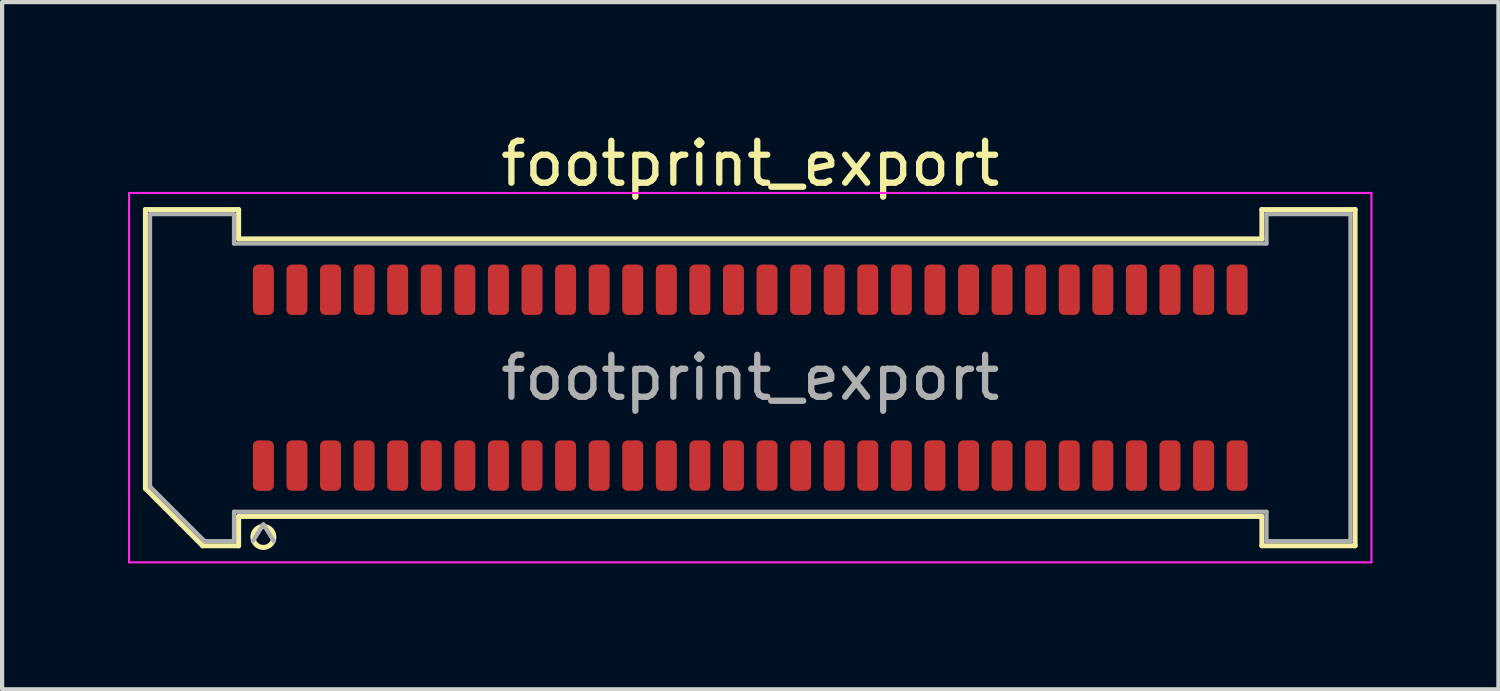
<source format=kicad_pcb>
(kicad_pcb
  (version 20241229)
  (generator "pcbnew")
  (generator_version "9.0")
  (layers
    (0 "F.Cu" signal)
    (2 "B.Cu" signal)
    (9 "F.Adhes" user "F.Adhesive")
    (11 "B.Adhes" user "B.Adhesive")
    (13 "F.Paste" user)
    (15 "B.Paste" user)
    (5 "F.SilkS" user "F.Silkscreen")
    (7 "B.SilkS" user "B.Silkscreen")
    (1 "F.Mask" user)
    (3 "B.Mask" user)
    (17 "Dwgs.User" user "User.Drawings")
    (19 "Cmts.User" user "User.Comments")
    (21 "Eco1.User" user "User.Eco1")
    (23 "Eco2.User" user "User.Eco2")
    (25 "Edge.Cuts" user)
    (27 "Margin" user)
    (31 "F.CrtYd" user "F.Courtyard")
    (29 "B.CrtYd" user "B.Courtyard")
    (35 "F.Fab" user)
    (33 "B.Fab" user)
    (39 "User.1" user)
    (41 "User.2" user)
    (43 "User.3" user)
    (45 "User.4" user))
  (footprint "footprint_export"
    (layer "F.Cu")
    (at 14.825 5.948)
    (property "Reference" "footprint_export" (at 0 -5.1 0) (layer "F.SilkS") (effects (font (size 1 1) (thickness 0.15))))
    (attr smd)
    (fp_line (start -14.41 -4.005) (end -12.19 -4.005) (stroke (width 0.12) (type solid)) (layer "F.SilkS"))
    (fp_line (start -14.41 2.641) (end -14.41 -4.005) (stroke (width 0.12) (type solid)) (layer "F.SilkS"))
    (fp_line (start -13.046 4.005) (end -14.41 2.641) (stroke (width 0.12) (type solid)) (layer "F.SilkS"))
    (fp_line (start -12.19 -4.005) (end -12.19 -3.305) (stroke (width 0.12) (type solid)) (layer "F.SilkS"))
    (fp_line (start -12.19 -3.305) (end 12.19 -3.305) (stroke (width 0.12) (type solid)) (layer "F.SilkS"))
    (fp_line (start -12.19 3.305) (end -12.19 4.005) (stroke (width 0.12) (type solid)) (layer "F.SilkS"))
    (fp_line (start -12.19 4.005) (end -13.046 4.005) (stroke (width 0.12) (type solid)) (layer "F.SilkS"))
    (fp_line (start 12.19 -4.005) (end 14.41 -4.005) (stroke (width 0.12) (type solid)) (layer "F.SilkS"))
    (fp_line (start 12.19 -3.305) (end 12.19 -4.005) (stroke (width 0.12) (type solid)) (layer "F.SilkS"))
    (fp_line (start 12.19 3.305) (end -12.19 3.305) (stroke (width 0.12) (type solid)) (layer "F.SilkS"))
    (fp_line (start 12.19 4.005) (end 12.19 3.305) (stroke (width 0.12) (type solid)) (layer "F.SilkS"))
    (fp_line (start 14.41 -4.005) (end 14.41 4.005) (stroke (width 0.12) (type solid)) (layer "F.SilkS"))
    (fp_line (start 14.41 4.005) (end 12.19 4.005) (stroke (width 0.12) (type solid)) (layer "F.SilkS"))
    (fp_arc (start -11.35 3.795) (mid -11.85 3.795) (end -11.35 3.795) (stroke (width 0.12) (type solid)) (layer "F.SilkS"))
    (fp_line (start -14.8 -4.4) (end -14.8 4.4) (stroke (width 0.05) (type solid)) (layer "F.CrtYd"))
    (fp_line (start -14.8 4.4) (end 14.8 4.4) (stroke (width 0.05) (type solid)) (layer "F.CrtYd"))
    (fp_line (start 14.8 -4.4) (end -14.8 -4.4) (stroke (width 0.05) (type solid)) (layer "F.CrtYd"))
    (fp_line (start 14.8 4.4) (end 14.8 -4.4) (stroke (width 0.05) (type solid)) (layer "F.CrtYd"))
    (fp_line (start -14.3 -3.895) (end -12.3 -3.895) (stroke (width 0.1) (type solid)) (layer "F.Fab"))
    (fp_line (start -14.3 2.595) (end -14.3 -3.895) (stroke (width 0.1) (type solid)) (layer "F.Fab"))
    (fp_line (start -13 3.895) (end -14.3 2.595) (stroke (width 0.1) (type solid)) (layer "F.Fab"))
    (fp_line (start -12.3 -3.895) (end -12.3 -3.195) (stroke (width 0.1) (type solid)) (layer "F.Fab"))
    (fp_line (start -12.3 -3.195) (end 12.3 -3.195) (stroke (width 0.1) (type solid)) (layer "F.Fab"))
    (fp_line (start -12.3 3.195) (end -12.3 3.895) (stroke (width 0.1) (type solid)) (layer "F.Fab"))
    (fp_line (start -12.3 3.895) (end -13 3.895) (stroke (width 0.1) (type solid)) (layer "F.Fab"))
    (fp_line (start -11.6 3.495) (end -11.85 3.895) (stroke (width 0.1) (type solid)) (layer "F.Fab"))
    (fp_line (start -11.6 3.495) (end -11.35 3.895) (stroke (width 0.1) (type solid)) (layer "F.Fab"))
    (fp_line (start 12.3 -3.895) (end 14.3 -3.895) (stroke (width 0.1) (type solid)) (layer "F.Fab"))
    (fp_line (start 12.3 -3.195) (end 12.3 -3.895) (stroke (width 0.1) (type solid)) (layer "F.Fab"))
    (fp_line (start 12.3 3.195) (end -12.3 3.195) (stroke (width 0.1) (type solid)) (layer "F.Fab"))
    (fp_line (start 12.3 3.895) (end 12.3 3.195) (stroke (width 0.1) (type solid)) (layer "F.Fab"))
    (fp_line (start 14.3 -3.895) (end 14.3 3.895) (stroke (width 0.1) (type solid)) (layer "F.Fab"))
    (fp_line (start 14.3 3.895) (end 12.3 3.895) (stroke (width 0.1) (type solid)) (layer "F.Fab"))
    (fp_text user "${REFERENCE}" (at 0 0 0) (layer "F.Fab") (effects (font (size 1 1) (thickness 0.15))))
    (pad "1" smd roundrect (at -11.6 2.095) (size 0.5 1.2) (layers "F.Cu" "F.Mask" "F.Paste") (roundrect_rratio 0.25))
    (pad "2" smd roundrect (at -11.6 -2.095) (size 0.5 1.2) (layers "F.Cu" "F.Mask" "F.Paste") (roundrect_rratio 0.25))
    (pad "3" smd roundrect (at -10.8 2.095) (size 0.5 1.2) (layers "F.Cu" "F.Mask" "F.Paste") (roundrect_rratio 0.25))
    (pad "4" smd roundrect (at -10.8 -2.095) (size 0.5 1.2) (layers "F.Cu" "F.Mask" "F.Paste") (roundrect_rratio 0.25))
    (pad "5" smd roundrect (at -10 2.095) (size 0.5 1.2) (layers "F.Cu" "F.Mask" "F.Paste") (roundrect_rratio 0.25))
    (pad "6" smd roundrect (at -10 -2.095) (size 0.5 1.2) (layers "F.Cu" "F.Mask" "F.Paste") (roundrect_rratio 0.25))
    (pad "7" smd roundrect (at -9.2 2.095) (size 0.5 1.2) (layers "F.Cu" "F.Mask" "F.Paste") (roundrect_rratio 0.25))
    (pad "8" smd roundrect (at -9.2 -2.095) (size 0.5 1.2) (layers "F.Cu" "F.Mask" "F.Paste") (roundrect_rratio 0.25))
    (pad "9" smd roundrect (at -8.4 2.095) (size 0.5 1.2) (layers "F.Cu" "F.Mask" "F.Paste") (roundrect_rratio 0.25))
    (pad "10" smd roundrect (at -8.4 -2.095) (size 0.5 1.2) (layers "F.Cu" "F.Mask" "F.Paste") (roundrect_rratio 0.25))
    (pad "11" smd roundrect (at -7.6 2.095) (size 0.5 1.2) (layers "F.Cu" "F.Mask" "F.Paste") (roundrect_rratio 0.25))
    (pad "12" smd roundrect (at -7.6 -2.095) (size 0.5 1.2) (layers "F.Cu" "F.Mask" "F.Paste") (roundrect_rratio 0.25))
    (pad "13" smd roundrect (at -6.8 2.095) (size 0.5 1.2) (layers "F.Cu" "F.Mask" "F.Paste") (roundrect_rratio 0.25))
    (pad "14" smd roundrect (at -6.8 -2.095) (size 0.5 1.2) (layers "F.Cu" "F.Mask" "F.Paste") (roundrect_rratio 0.25))
    (pad "15" smd roundrect (at -6 2.095) (size 0.5 1.2) (layers "F.Cu" "F.Mask" "F.Paste") (roundrect_rratio 0.25))
    (pad "16" smd roundrect (at -6 -2.095) (size 0.5 1.2) (layers "F.Cu" "F.Mask" "F.Paste") (roundrect_rratio 0.25))
    (pad "17" smd roundrect (at -5.2 2.095) (size 0.5 1.2) (layers "F.Cu" "F.Mask" "F.Paste") (roundrect_rratio 0.25))
    (pad "18" smd roundrect (at -5.2 -2.095) (size 0.5 1.2) (layers "F.Cu" "F.Mask" "F.Paste") (roundrect_rratio 0.25))
    (pad "19" smd roundrect (at -4.4 2.095) (size 0.5 1.2) (layers "F.Cu" "F.Mask" "F.Paste") (roundrect_rratio 0.25))
    (pad "20" smd roundrect (at -4.4 -2.095) (size 0.5 1.2) (layers "F.Cu" "F.Mask" "F.Paste") (roundrect_rratio 0.25))
    (pad "21" smd roundrect (at -3.6 2.095) (size 0.5 1.2) (layers "F.Cu" "F.Mask" "F.Paste") (roundrect_rratio 0.25))
    (pad "22" smd roundrect (at -3.6 -2.095) (size 0.5 1.2) (layers "F.Cu" "F.Mask" "F.Paste") (roundrect_rratio 0.25))
    (pad "23" smd roundrect (at -2.8 2.095) (size 0.5 1.2) (layers "F.Cu" "F.Mask" "F.Paste") (roundrect_rratio 0.25))
    (pad "24" smd roundrect (at -2.8 -2.095) (size 0.5 1.2) (layers "F.Cu" "F.Mask" "F.Paste") (roundrect_rratio 0.25))
    (pad "25" smd roundrect (at -2 2.095) (size 0.5 1.2) (layers "F.Cu" "F.Mask" "F.Paste") (roundrect_rratio 0.25))
    (pad "26" smd roundrect (at -2 -2.095) (size 0.5 1.2) (layers "F.Cu" "F.Mask" "F.Paste") (roundrect_rratio 0.25))
    (pad "27" smd roundrect (at -1.2 2.095) (size 0.5 1.2) (layers "F.Cu" "F.Mask" "F.Paste") (roundrect_rratio 0.25))
    (pad "28" smd roundrect (at -1.2 -2.095) (size 0.5 1.2) (layers "F.Cu" "F.Mask" "F.Paste") (roundrect_rratio 0.25))
    (pad "29" smd roundrect (at -0.4 2.095) (size 0.5 1.2) (layers "F.Cu" "F.Mask" "F.Paste") (roundrect_rratio 0.25))
    (pad "30" smd roundrect (at -0.4 -2.095) (size 0.5 1.2) (layers "F.Cu" "F.Mask" "F.Paste") (roundrect_rratio 0.25))
    (pad "31" smd roundrect (at 0.4 2.095) (size 0.5 1.2) (layers "F.Cu" "F.Mask" "F.Paste") (roundrect_rratio 0.25))
    (pad "32" smd roundrect (at 0.4 -2.095) (size 0.5 1.2) (layers "F.Cu" "F.Mask" "F.Paste") (roundrect_rratio 0.25))
    (pad "33" smd roundrect (at 1.2 2.095) (size 0.5 1.2) (layers "F.Cu" "F.Mask" "F.Paste") (roundrect_rratio 0.25))
    (pad "34" smd roundrect (at 1.2 -2.095) (size 0.5 1.2) (layers "F.Cu" "F.Mask" "F.Paste") (roundrect_rratio 0.25))
    (pad "35" smd roundrect (at 2 2.095) (size 0.5 1.2) (layers "F.Cu" "F.Mask" "F.Paste") (roundrect_rratio 0.25))
    (pad "36" smd roundrect (at 2 -2.095) (size 0.5 1.2) (layers "F.Cu" "F.Mask" "F.Paste") (roundrect_rratio 0.25))
    (pad "37" smd roundrect (at 2.8 2.095) (size 0.5 1.2) (layers "F.Cu" "F.Mask" "F.Paste") (roundrect_rratio 0.25))
    (pad "38" smd roundrect (at 2.8 -2.095) (size 0.5 1.2) (layers "F.Cu" "F.Mask" "F.Paste") (roundrect_rratio 0.25))
    (pad "39" smd roundrect (at 3.6 2.095) (size 0.5 1.2) (layers "F.Cu" "F.Mask" "F.Paste") (roundrect_rratio 0.25))
    (pad "40" smd roundrect (at 3.6 -2.095) (size 0.5 1.2) (layers "F.Cu" "F.Mask" "F.Paste") (roundrect_rratio 0.25))
    (pad "41" smd roundrect (at 4.4 2.095) (size 0.5 1.2) (layers "F.Cu" "F.Mask" "F.Paste") (roundrect_rratio 0.25))
    (pad "42" smd roundrect (at 4.4 -2.095) (size 0.5 1.2) (layers "F.Cu" "F.Mask" "F.Paste") (roundrect_rratio 0.25))
    (pad "43" smd roundrect (at 5.2 2.095) (size 0.5 1.2) (layers "F.Cu" "F.Mask" "F.Paste") (roundrect_rratio 0.25))
    (pad "44" smd roundrect (at 5.2 -2.095) (size 0.5 1.2) (layers "F.Cu" "F.Mask" "F.Paste") (roundrect_rratio 0.25))
    (pad "45" smd roundrect (at 6 2.095) (size 0.5 1.2) (layers "F.Cu" "F.Mask" "F.Paste") (roundrect_rratio 0.25))
    (pad "46" smd roundrect (at 6 -2.095) (size 0.5 1.2) (layers "F.Cu" "F.Mask" "F.Paste") (roundrect_rratio 0.25))
    (pad "47" smd roundrect (at 6.8 2.095) (size 0.5 1.2) (layers "F.Cu" "F.Mask" "F.Paste") (roundrect_rratio 0.25))
    (pad "48" smd roundrect (at 6.8 -2.095) (size 0.5 1.2) (layers "F.Cu" "F.Mask" "F.Paste") (roundrect_rratio 0.25))
    (pad "49" smd roundrect (at 7.6 2.095) (size 0.5 1.2) (layers "F.Cu" "F.Mask" "F.Paste") (roundrect_rratio 0.25))
    (pad "50" smd roundrect (at 7.6 -2.095) (size 0.5 1.2) (layers "F.Cu" "F.Mask" "F.Paste") (roundrect_rratio 0.25))
    (pad "51" smd roundrect (at 8.4 2.095) (size 0.5 1.2) (layers "F.Cu" "F.Mask" "F.Paste") (roundrect_rratio 0.25))
    (pad "52" smd roundrect (at 8.4 -2.095) (size 0.5 1.2) (layers "F.Cu" "F.Mask" "F.Paste") (roundrect_rratio 0.25))
    (pad "53" smd roundrect (at 9.2 2.095) (size 0.5 1.2) (layers "F.Cu" "F.Mask" "F.Paste") (roundrect_rratio 0.25))
    (pad "54" smd roundrect (at 9.2 -2.095) (size 0.5 1.2) (layers "F.Cu" "F.Mask" "F.Paste") (roundrect_rratio 0.25))
    (pad "55" smd roundrect (at 10 2.095) (size 0.5 1.2) (layers "F.Cu" "F.Mask" "F.Paste") (roundrect_rratio 0.25))
    (pad "56" smd roundrect (at 10 -2.095) (size 0.5 1.2) (layers "F.Cu" "F.Mask" "F.Paste") (roundrect_rratio 0.25))
    (pad "57" smd roundrect (at 10.8 2.095) (size 0.5 1.2) (layers "F.Cu" "F.Mask" "F.Paste") (roundrect_rratio 0.25))
    (pad "58" smd roundrect (at 10.8 -2.095) (size 0.5 1.2) (layers "F.Cu" "F.Mask" "F.Paste") (roundrect_rratio 0.25))
    (pad "59" smd roundrect (at 11.6 2.095) (size 0.5 1.2) (layers "F.Cu" "F.Mask" "F.Paste") (roundrect_rratio 0.25))
    (pad "60" smd roundrect (at 11.6 -2.095) (size 0.5 1.2) (layers "F.Cu" "F.Mask" "F.Paste") (roundrect_rratio 0.25)))
  (gr_rect
    (start -3 -3)
    (end 32.65 13.373)
    (stroke (width 0.1) (type default))
    (fill no)
    (layer "Edge.Cuts")))
</source>
